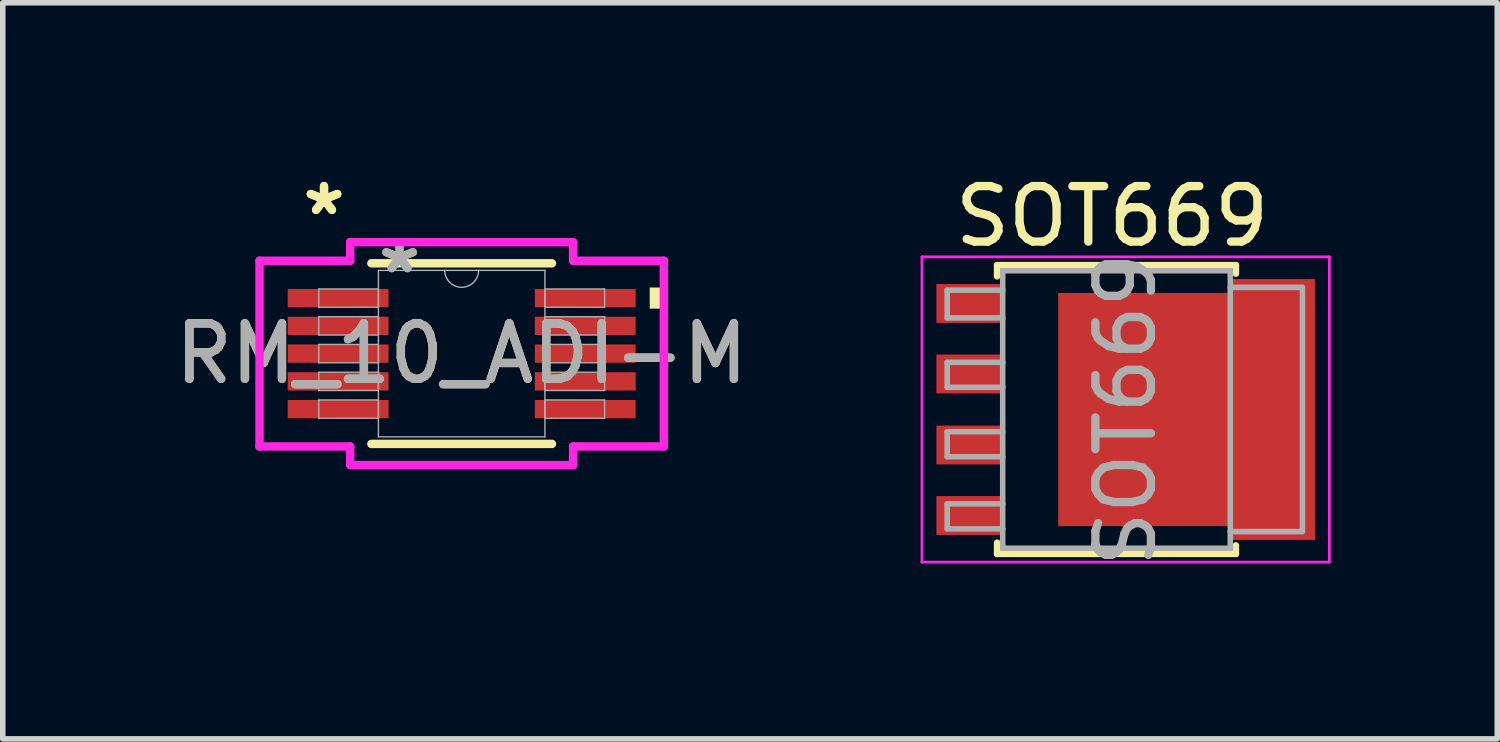
<source format=kicad_pcb>
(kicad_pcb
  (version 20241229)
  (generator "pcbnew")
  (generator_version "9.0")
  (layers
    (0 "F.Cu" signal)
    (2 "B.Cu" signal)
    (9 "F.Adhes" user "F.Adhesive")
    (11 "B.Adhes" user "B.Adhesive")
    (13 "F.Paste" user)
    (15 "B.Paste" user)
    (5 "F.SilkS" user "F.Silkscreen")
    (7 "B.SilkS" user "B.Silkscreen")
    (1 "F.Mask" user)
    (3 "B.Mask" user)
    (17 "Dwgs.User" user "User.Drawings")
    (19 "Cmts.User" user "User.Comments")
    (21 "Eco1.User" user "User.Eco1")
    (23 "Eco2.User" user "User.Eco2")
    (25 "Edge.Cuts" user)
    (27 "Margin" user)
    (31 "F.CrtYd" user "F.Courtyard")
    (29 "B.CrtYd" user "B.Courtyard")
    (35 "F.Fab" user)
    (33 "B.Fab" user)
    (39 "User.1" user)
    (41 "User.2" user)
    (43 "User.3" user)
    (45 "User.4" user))
  (footprint "RM_10_ADI-M"
    (layer "F.Cu")
    (at 5.268 3.321)
    (property "Reference" "RM_10_ADI-M" (at 0 0 0) (unlocked yes) (layer "F.SilkS") (effects (font (size 1 1) (thickness 0.15))))
    (attr smd)
    (fp_line (start -1.627 1.627) (end 1.627 1.627) (stroke (width 0.152) (type solid)) (layer "F.SilkS"))
    (fp_line (start 1.627 -1.627) (end -1.627 -1.627) (stroke (width 0.152) (type solid)) (layer "F.SilkS"))
    (fp_poly (pts (xy 3.642 -1.191) (xy 3.642 -0.81) (xy 3.388 -0.81) (xy 3.388 -1.191)) (stroke (width 0) (type solid)) (fill yes) (layer "F.SilkS"))
    (fp_line (start -3.642 -1.673) (end -2.008 -1.673) (stroke (width 0.152) (type solid)) (layer "F.CrtYd"))
    (fp_line (start -3.642 1.673) (end -3.642 -1.673) (stroke (width 0.152) (type solid)) (layer "F.CrtYd"))
    (fp_line (start -3.642 1.673) (end -2.008 1.673) (stroke (width 0.152) (type solid)) (layer "F.CrtYd"))
    (fp_line (start -2.008 -2.008) (end 2.008 -2.008) (stroke (width 0.152) (type solid)) (layer "F.CrtYd"))
    (fp_line (start -2.008 -1.673) (end -2.008 -2.008) (stroke (width 0.152) (type solid)) (layer "F.CrtYd"))
    (fp_line (start -2.008 2.008) (end -2.008 1.673) (stroke (width 0.152) (type solid)) (layer "F.CrtYd"))
    (fp_line (start 2.008 -2.008) (end 2.008 -1.673) (stroke (width 0.152) (type solid)) (layer "F.CrtYd"))
    (fp_line (start 2.008 1.673) (end 2.008 2.008) (stroke (width 0.152) (type solid)) (layer "F.CrtYd"))
    (fp_line (start 2.008 2.008) (end -2.008 2.008) (stroke (width 0.152) (type solid)) (layer "F.CrtYd"))
    (fp_line (start 3.642 -1.673) (end 2.008 -1.673) (stroke (width 0.152) (type solid)) (layer "F.CrtYd"))
    (fp_line (start 3.642 -1.673) (end 3.642 1.673) (stroke (width 0.152) (type solid)) (layer "F.CrtYd"))
    (fp_line (start 3.642 1.673) (end 2.008 1.673) (stroke (width 0.152) (type solid)) (layer "F.CrtYd"))
    (fp_line (start -2.575 -1.165) (end -2.575 -0.835) (stroke (width 0.025) (type solid)) (layer "F.Fab"))
    (fp_line (start -2.575 -0.835) (end -1.5 -0.835) (stroke (width 0.025) (type solid)) (layer "F.Fab"))
    (fp_line (start -2.575 -0.665) (end -2.575 -0.335) (stroke (width 0.025) (type solid)) (layer "F.Fab"))
    (fp_line (start -2.575 -0.335) (end -1.5 -0.335) (stroke (width 0.025) (type solid)) (layer "F.Fab"))
    (fp_line (start -2.575 -0.165) (end -2.575 0.165) (stroke (width 0.025) (type solid)) (layer "F.Fab"))
    (fp_line (start -2.575 0.165) (end -1.5 0.165) (stroke (width 0.025) (type solid)) (layer "F.Fab"))
    (fp_line (start -2.575 0.335) (end -2.575 0.665) (stroke (width 0.025) (type solid)) (layer "F.Fab"))
    (fp_line (start -2.575 0.665) (end -1.5 0.665) (stroke (width 0.025) (type solid)) (layer "F.Fab"))
    (fp_line (start -2.575 0.835) (end -2.575 1.165) (stroke (width 0.025) (type solid)) (layer "F.Fab"))
    (fp_line (start -2.575 1.165) (end -1.5 1.165) (stroke (width 0.025) (type solid)) (layer "F.Fab"))
    (fp_line (start -1.5 -1.5) (end -1.5 1.5) (stroke (width 0.025) (type solid)) (layer "F.Fab"))
    (fp_line (start -1.5 -1.165) (end -2.575 -1.165) (stroke (width 0.025) (type solid)) (layer "F.Fab"))
    (fp_line (start -1.5 -0.835) (end -1.5 -1.165) (stroke (width 0.025) (type solid)) (layer "F.Fab"))
    (fp_line (start -1.5 -0.665) (end -2.575 -0.665) (stroke (width 0.025) (type solid)) (layer "F.Fab"))
    (fp_line (start -1.5 -0.335) (end -1.5 -0.665) (stroke (width 0.025) (type solid)) (layer "F.Fab"))
    (fp_line (start -1.5 -0.165) (end -2.575 -0.165) (stroke (width 0.025) (type solid)) (layer "F.Fab"))
    (fp_line (start -1.5 0.165) (end -1.5 -0.165) (stroke (width 0.025) (type solid)) (layer "F.Fab"))
    (fp_line (start -1.5 0.335) (end -2.575 0.335) (stroke (width 0.025) (type solid)) (layer "F.Fab"))
    (fp_line (start -1.5 0.665) (end -1.5 0.335) (stroke (width 0.025) (type solid)) (layer "F.Fab"))
    (fp_line (start -1.5 0.835) (end -2.575 0.835) (stroke (width 0.025) (type solid)) (layer "F.Fab"))
    (fp_line (start -1.5 1.165) (end -1.5 0.835) (stroke (width 0.025) (type solid)) (layer "F.Fab"))
    (fp_line (start -1.5 1.5) (end 1.5 1.5) (stroke (width 0.025) (type solid)) (layer "F.Fab"))
    (fp_line (start 1.5 -1.5) (end -1.5 -1.5) (stroke (width 0.025) (type solid)) (layer "F.Fab"))
    (fp_line (start 1.5 -1.165) (end 1.5 -0.835) (stroke (width 0.025) (type solid)) (layer "F.Fab"))
    (fp_line (start 1.5 -0.835) (end 2.575 -0.835) (stroke (width 0.025) (type solid)) (layer "F.Fab"))
    (fp_line (start 1.5 -0.665) (end 1.5 -0.335) (stroke (width 0.025) (type solid)) (layer "F.Fab"))
    (fp_line (start 1.5 -0.335) (end 2.575 -0.335) (stroke (width 0.025) (type solid)) (layer "F.Fab"))
    (fp_line (start 1.5 -0.165) (end 1.5 0.165) (stroke (width 0.025) (type solid)) (layer "F.Fab"))
    (fp_line (start 1.5 0.165) (end 2.575 0.165) (stroke (width 0.025) (type solid)) (layer "F.Fab"))
    (fp_line (start 1.5 0.335) (end 1.5 0.665) (stroke (width 0.025) (type solid)) (layer "F.Fab"))
    (fp_line (start 1.5 0.665) (end 2.575 0.665) (stroke (width 0.025) (type solid)) (layer "F.Fab"))
    (fp_line (start 1.5 0.835) (end 1.5 1.165) (stroke (width 0.025) (type solid)) (layer "F.Fab"))
    (fp_line (start 1.5 1.165) (end 2.575 1.165) (stroke (width 0.025) (type solid)) (layer "F.Fab"))
    (fp_line (start 1.5 1.5) (end 1.5 -1.5) (stroke (width 0.025) (type solid)) (layer "F.Fab"))
    (fp_line (start 2.575 -1.165) (end 1.5 -1.165) (stroke (width 0.025) (type solid)) (layer "F.Fab"))
    (fp_line (start 2.575 -0.835) (end 2.575 -1.165) (stroke (width 0.025) (type solid)) (layer "F.Fab"))
    (fp_line (start 2.575 -0.665) (end 1.5 -0.665) (stroke (width 0.025) (type solid)) (layer "F.Fab"))
    (fp_line (start 2.575 -0.335) (end 2.575 -0.665) (stroke (width 0.025) (type solid)) (layer "F.Fab"))
    (fp_line (start 2.575 -0.165) (end 1.5 -0.165) (stroke (width 0.025) (type solid)) (layer "F.Fab"))
    (fp_line (start 2.575 0.165) (end 2.575 -0.165) (stroke (width 0.025) (type solid)) (layer "F.Fab"))
    (fp_line (start 2.575 0.335) (end 1.5 0.335) (stroke (width 0.025) (type solid)) (layer "F.Fab"))
    (fp_line (start 2.575 0.665) (end 2.575 0.335) (stroke (width 0.025) (type solid)) (layer "F.Fab"))
    (fp_line (start 2.575 0.835) (end 1.5 0.835) (stroke (width 0.025) (type solid)) (layer "F.Fab"))
    (fp_line (start 2.575 1.165) (end 2.575 0.835) (stroke (width 0.025) (type solid)) (layer "F.Fab"))
    (fp_arc (start 0.3048 -1.5) (mid 0 -1.1952) (end -0.3048 -1.5) (stroke (width 0.0254) (type solid)) (layer "F.Fab"))
    (fp_text user "*" (at -2.48 -2.473 0) (unlocked yes) (layer "F.SilkS") (effects (font (size 1 1) (thickness 0.15))))
    (fp_text user "*" (at -2.48 -2.473 0) (layer "F.SilkS") (effects (font (size 1 1) (thickness 0.15))))
    (fp_text user "${REFERENCE}" (at 0 0 0) (unlocked yes) (layer "F.Fab") (effects (font (size 1 1) (thickness 0.15))))
    (fp_text user "*" (at -1.119 -1.424 0) (layer "F.Fab") (effects (font (size 1 1) (thickness 0.15))))
    (fp_text user "*" (at -1.119 -1.424 0) (unlocked yes) (layer "F.Fab") (effects (font (size 1 1) (thickness 0.15))))
    (pad "1" smd rect (at -2.226 -1) (size 1.816 0.33) (layers "F.Cu" "F.Mask" "F.Paste"))
    (pad "2" smd rect (at -2.226 -0.5) (size 1.816 0.33) (layers "F.Cu" "F.Mask" "F.Paste"))
    (pad "3" smd rect (at -2.226 0) (size 1.816 0.33) (layers "F.Cu" "F.Mask" "F.Paste"))
    (pad "4" smd rect (at -2.226 0.5) (size 1.816 0.33) (layers "F.Cu" "F.Mask" "F.Paste"))
    (pad "5" smd rect (at -2.226 1) (size 1.816 0.33) (layers "F.Cu" "F.Mask" "F.Paste"))
    (pad "6" smd rect (at 2.226 1) (size 1.816 0.33) (layers "F.Cu" "F.Mask" "F.Paste"))
    (pad "7" smd rect (at 2.226 0.5) (size 1.816 0.33) (layers "F.Cu" "F.Mask" "F.Paste"))
    (pad "8" smd rect (at 2.226 0) (size 1.816 0.33) (layers "F.Cu" "F.Mask" "F.Paste"))
    (pad "9" smd rect (at 2.226 -0.5) (size 1.816 0.33) (layers "F.Cu" "F.Mask" "F.Paste"))
    (pad "10" smd rect (at 2.226 -1) (size 1.816 0.33) (layers "F.Cu" "F.Mask" "F.Paste")))
  (footprint "SOT669"
    (layer "F.Cu")
    (at 17.066 4.328)
    (property "Reference" "SOT669" (at -0.08 -3.48 0) (layer "F.SilkS") (effects (font (size 1 1) (thickness 0.15))))
    (attr smd)
    (fp_line (start -2.15 -2.6) (end -2.15 -2.4) (stroke (width 0.12) (type solid)) (layer "F.SilkS"))
    (fp_line (start -2.15 2.4) (end -2.15 2.6) (stroke (width 0.12) (type solid)) (layer "F.SilkS"))
    (fp_line (start -2.15 2.6) (end 2.15 2.6) (stroke (width 0.12) (type solid)) (layer "F.SilkS"))
    (fp_line (start 2.15 -2.6) (end -2.15 -2.6) (stroke (width 0.12) (type solid)) (layer "F.SilkS"))
    (fp_line (start 2.15 -2.45) (end 2.15 -2.6) (stroke (width 0.12) (type solid)) (layer "F.SilkS"))
    (fp_line (start 2.15 2.6) (end 2.15 2.45) (stroke (width 0.12) (type solid)) (layer "F.SilkS"))
    (fp_line (start -3.505 2.75) (end -3.505 -2.75) (stroke (width 0.05) (type solid)) (layer "F.CrtYd"))
    (fp_line (start -3.505 2.75) (end 3.835 2.75) (stroke (width 0.05) (type solid)) (layer "F.CrtYd"))
    (fp_line (start 3.835 -2.75) (end -3.505 -2.75) (stroke (width 0.05) (type solid)) (layer "F.CrtYd"))
    (fp_line (start 3.835 -2.75) (end 3.835 2.75) (stroke (width 0.05) (type solid)) (layer "F.CrtYd"))
    (fp_line (start -3.05 -2.15) (end -3.05 -1.65) (stroke (width 0.1) (type solid)) (layer "F.Fab"))
    (fp_line (start -3.05 -2.15) (end -2.05 -2.15) (stroke (width 0.1) (type solid)) (layer "F.Fab"))
    (fp_line (start -3.05 -1.65) (end -2.05 -1.65) (stroke (width 0.1) (type solid)) (layer "F.Fab"))
    (fp_line (start -3.05 -0.85) (end -3.05 -0.4) (stroke (width 0.1) (type solid)) (layer "F.Fab"))
    (fp_line (start -3.05 -0.4) (end -2.05 -0.4) (stroke (width 0.1) (type solid)) (layer "F.Fab"))
    (fp_line (start -3.05 0.4) (end -3.05 0.85) (stroke (width 0.1) (type solid)) (layer "F.Fab"))
    (fp_line (start -3.05 0.85) (end -2.05 0.85) (stroke (width 0.1) (type solid)) (layer "F.Fab"))
    (fp_line (start -3.05 1.7) (end -3.05 2.15) (stroke (width 0.1) (type solid)) (layer "F.Fab"))
    (fp_line (start -3.05 2.15) (end -2.05 2.15) (stroke (width 0.1) (type solid)) (layer "F.Fab"))
    (fp_line (start -2.05 -2.5) (end -2.05 2.5) (stroke (width 0.1) (type solid)) (layer "F.Fab"))
    (fp_line (start -2.05 -0.85) (end -3.05 -0.85) (stroke (width 0.1) (type solid)) (layer "F.Fab"))
    (fp_line (start -2.05 0.4) (end -3.05 0.4) (stroke (width 0.1) (type solid)) (layer "F.Fab"))
    (fp_line (start -2.05 1.7) (end -3.05 1.7) (stroke (width 0.1) (type solid)) (layer "F.Fab"))
    (fp_line (start -2.05 2.5) (end 2.05 2.5) (stroke (width 0.1) (type solid)) (layer "F.Fab"))
    (fp_line (start 2.05 -2.5) (end -2.05 -2.5) (stroke (width 0.1) (type solid)) (layer "F.Fab"))
    (fp_line (start 2.05 2.5) (end 2.05 -2.5) (stroke (width 0.1) (type solid)) (layer "F.Fab"))
    (fp_line (start 3.35 -2.2) (end 2.05 -2.2) (stroke (width 0.1) (type solid)) (layer "F.Fab"))
    (fp_line (start 3.35 -2.2) (end 3.35 2.2) (stroke (width 0.1) (type solid)) (layer "F.Fab"))
    (fp_line (start 3.35 2.2) (end 2.05 2.2) (stroke (width 0.1) (type solid)) (layer "F.Fab"))
    (fp_text user "${REFERENCE}" (at 0.165 0 90) (layer "F.Fab") (effects (font (size 1 1) (thickness 0.15))))
    (pad "" smd rect (at -0.5 -1.15) (size 0.6 0.9) (layers "F.Paste"))
    (pad "" smd rect (at -0.5 0) (size 0.6 0.9) (layers "F.Paste"))
    (pad "" smd rect (at -0.5 1.15) (size 0.6 0.9) (layers "F.Paste"))
    (pad "" smd rect (at 0.35 -1.15) (size 0.6 0.9) (layers "F.Paste"))
    (pad "" smd rect (at 0.35 0) (size 0.6 0.9) (layers "F.Paste"))
    (pad "" smd rect (at 0.35 1.15) (size 0.6 0.9) (layers "F.Paste"))
    (pad "" smd rect (at 1.2 -1.15) (size 0.6 0.9) (layers "F.Paste"))
    (pad "" smd rect (at 1.2 0) (size 0.6 0.9) (layers "F.Paste"))
    (pad "" smd rect (at 1.2 1.15) (size 0.6 0.9) (layers "F.Paste"))
    (pad "" smd rect (at 3.05 -1.88 270) (size 0.6 0.9) (layers "F.Paste"))
    (pad "" smd rect (at 3.05 -0.6 270) (size 0.6 0.9) (layers "F.Paste"))
    (pad "" smd rect (at 3.05 0.6 270) (size 0.6 0.9) (layers "F.Paste"))
    (pad "" smd rect (at 3.05 1.88 270) (size 0.6 0.9) (layers "F.Paste"))
    (pad "1" smd rect (at -2.67 -1.91 270) (size 0.7 1.15) (layers "F.Cu" "F.Mask" "F.Paste"))
    (pad "2" smd rect (at -2.67 -0.64 270) (size 0.7 1.15) (layers "F.Cu" "F.Mask" "F.Paste"))
    (pad "3" smd rect (at -2.67 0.64 270) (size 0.7 1.15) (layers "F.Cu" "F.Mask" "F.Paste"))
    (pad "4" smd rect (at -2.67 1.91 270) (size 0.7 1.15) (layers "F.Cu" "F.Mask" "F.Paste"))
    (pad "5" smd custom (at 0.6 0) (size 3.3 4.2) (layers "F.Cu" "F.Mask") (options (anchor rect)) (primitives (gr_poly (pts (xy 2.975 2.35) (xy 1.425 2.35) (xy 1.425 -2.35) (xy 2.975 -2.35)) (width 0) (fill yes)))))
  (gr_rect
    (start -3 -3)
    (end 23.926 10.263)
    (stroke (width 0.1) (type default))
    (fill no)
    (layer "Edge.Cuts")))
</source>
